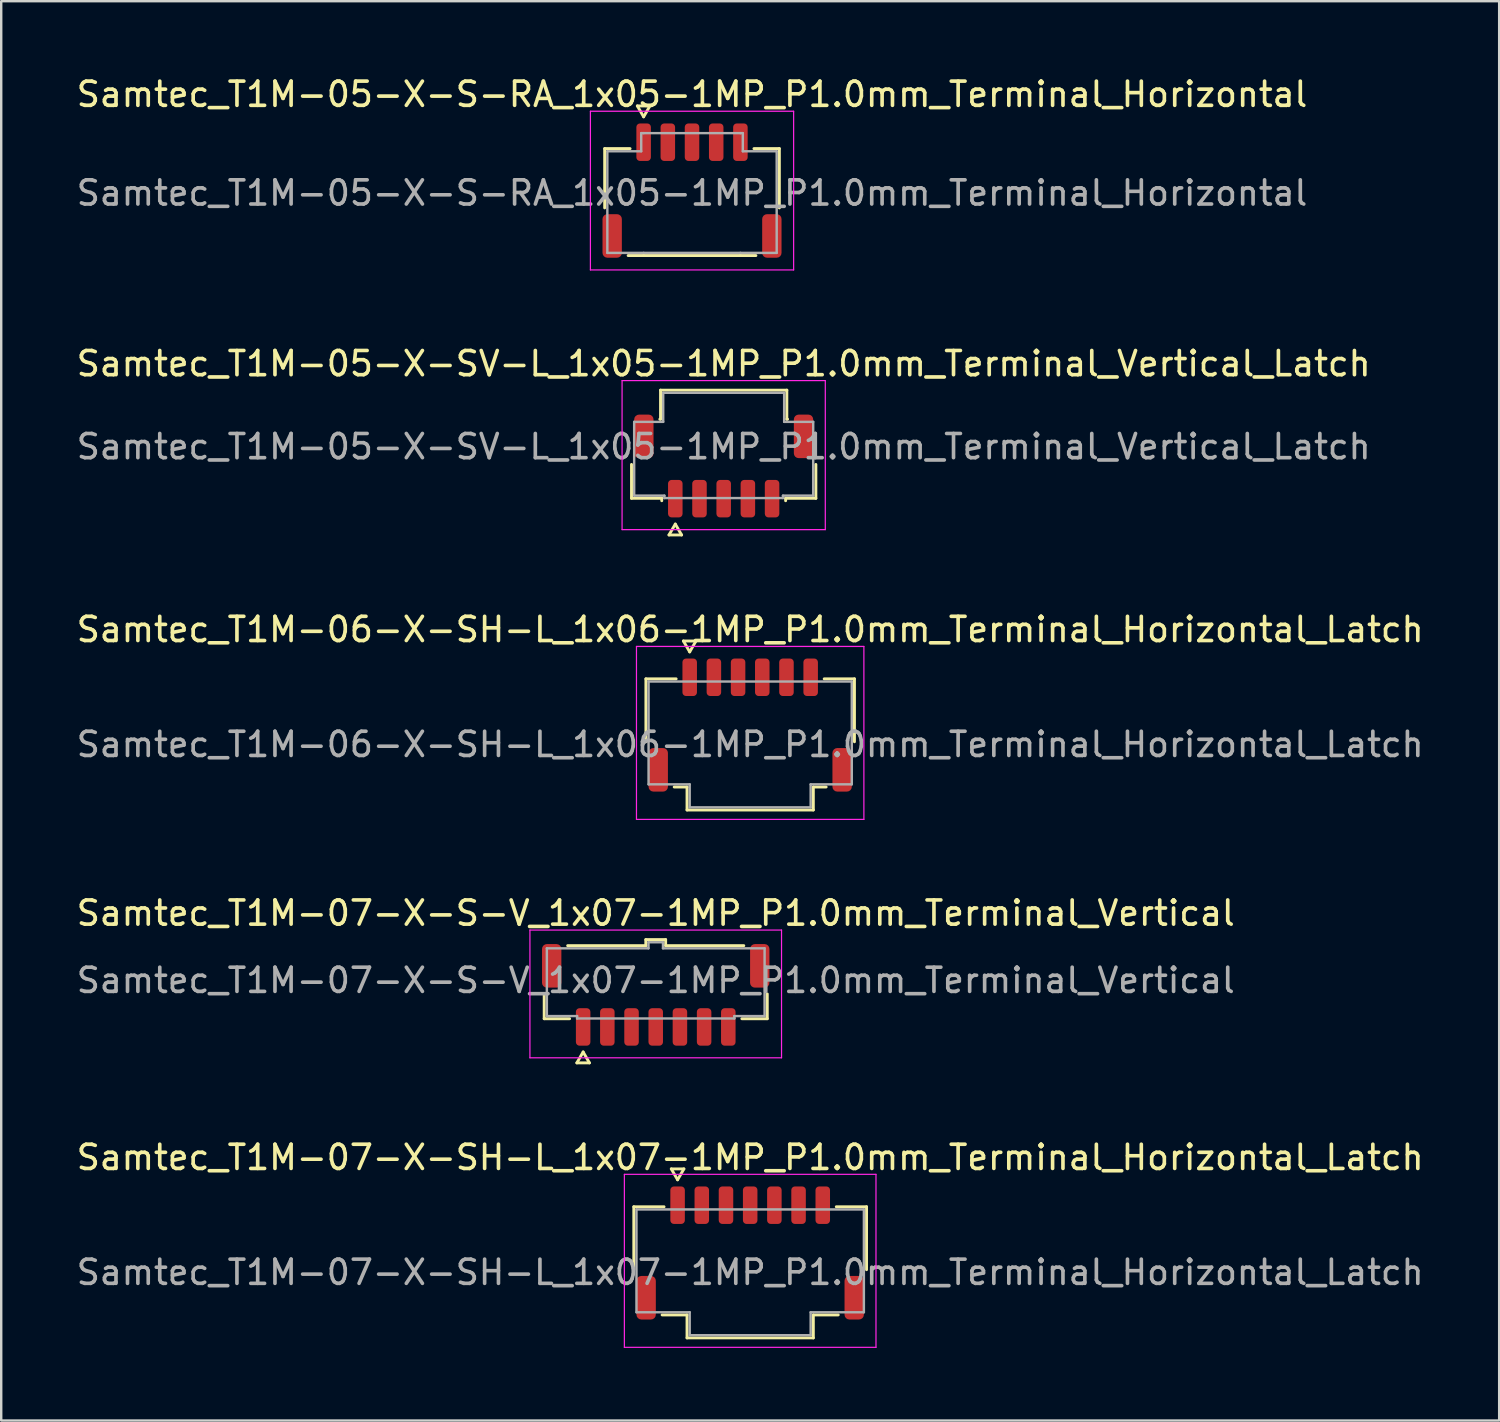
<source format=kicad_pcb>
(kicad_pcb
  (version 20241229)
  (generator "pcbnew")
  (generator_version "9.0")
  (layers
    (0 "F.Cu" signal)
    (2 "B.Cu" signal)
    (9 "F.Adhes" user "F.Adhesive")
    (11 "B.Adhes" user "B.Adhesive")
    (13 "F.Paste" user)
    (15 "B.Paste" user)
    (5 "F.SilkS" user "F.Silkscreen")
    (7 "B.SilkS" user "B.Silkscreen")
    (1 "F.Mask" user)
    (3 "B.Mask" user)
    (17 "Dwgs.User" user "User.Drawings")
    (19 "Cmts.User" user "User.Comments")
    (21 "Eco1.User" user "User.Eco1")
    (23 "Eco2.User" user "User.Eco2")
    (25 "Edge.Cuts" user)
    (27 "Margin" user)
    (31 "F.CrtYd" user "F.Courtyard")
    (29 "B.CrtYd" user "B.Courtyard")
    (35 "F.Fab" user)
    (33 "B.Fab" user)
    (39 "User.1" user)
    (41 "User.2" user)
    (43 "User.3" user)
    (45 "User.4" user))
  (footprint "Samtec_T1M-06-X-SH-L_1x06-1MP_P1.0mm_Terminal_Horizontal_Latch"
    (layer "F.Cu")
    (at 27.958 27.72)
    (property "Reference" "Samtec_T1M-06-X-SH-L_1x06-1MP_P1.0mm_Terminal_Horizontal_Latch" (at 0 -4.75 0) (layer "F.SilkS") (effects (font (size 1 1) (thickness 0.15))))
    (attr smd)
    (fp_line (start -4.31 -2.71) (end -3.06 -2.71) (stroke (width 0.12) (type solid)) (layer "F.SilkS"))
    (fp_line (start -4.31 -0.11) (end -4.31 -2.71) (stroke (width 0.12) (type solid)) (layer "F.SilkS"))
    (fp_line (start -2.76 -4.275) (end -2.5 -3.825) (stroke (width 0.12) (type solid)) (layer "F.SilkS"))
    (fp_line (start -2.61 1.76) (end -3.14 1.76) (stroke (width 0.12) (type solid)) (layer "F.SilkS"))
    (fp_line (start -2.61 2.71) (end -2.61 1.76) (stroke (width 0.12) (type solid)) (layer "F.SilkS"))
    (fp_line (start -2.5 -3.825) (end -2.24 -4.275) (stroke (width 0.12) (type solid)) (layer "F.SilkS"))
    (fp_line (start -2.24 -4.275) (end -2.76 -4.275) (stroke (width 0.12) (type solid)) (layer "F.SilkS"))
    (fp_line (start 2.61 1.76) (end 2.61 2.71) (stroke (width 0.12) (type solid)) (layer "F.SilkS"))
    (fp_line (start 2.61 2.71) (end -2.61 2.71) (stroke (width 0.12) (type solid)) (layer "F.SilkS"))
    (fp_line (start 3.06 -2.71) (end 4.31 -2.71) (stroke (width 0.12) (type solid)) (layer "F.SilkS"))
    (fp_line (start 3.14 1.76) (end 2.61 1.76) (stroke (width 0.12) (type solid)) (layer "F.SilkS"))
    (fp_line (start 4.31 -2.71) (end 4.31 -0.11) (stroke (width 0.12) (type solid)) (layer "F.SilkS"))
    (fp_line (start -4.7 -4.05) (end -4.7 3.1) (stroke (width 0.05) (type solid)) (layer "F.CrtYd"))
    (fp_line (start -4.7 3.1) (end 4.7 3.1) (stroke (width 0.05) (type solid)) (layer "F.CrtYd"))
    (fp_line (start 4.7 -4.05) (end -4.7 -4.05) (stroke (width 0.05) (type solid)) (layer "F.CrtYd"))
    (fp_line (start 4.7 3.1) (end 4.7 -4.05) (stroke (width 0.05) (type solid)) (layer "F.CrtYd"))
    (fp_line (start -4.2 -2.6) (end 4.2 -2.6) (stroke (width 0.1) (type solid)) (layer "F.Fab"))
    (fp_line (start -4.2 1.65) (end -4.2 -2.6) (stroke (width 0.1) (type solid)) (layer "F.Fab"))
    (fp_line (start -2.5 1.65) (end -4.2 1.65) (stroke (width 0.1) (type solid)) (layer "F.Fab"))
    (fp_line (start -2.5 2.6) (end -2.5 1.65) (stroke (width 0.1) (type solid)) (layer "F.Fab"))
    (fp_line (start 2.5 1.65) (end 2.5 2.6) (stroke (width 0.1) (type solid)) (layer "F.Fab"))
    (fp_line (start 2.5 2.6) (end -2.5 2.6) (stroke (width 0.1) (type solid)) (layer "F.Fab"))
    (fp_line (start 4.2 -2.6) (end 4.2 1.65) (stroke (width 0.1) (type solid)) (layer "F.Fab"))
    (fp_line (start 4.2 1.65) (end 2.5 1.65) (stroke (width 0.1) (type solid)) (layer "F.Fab"))
    (fp_text user "${REFERENCE}" (at 0 0 0) (layer "F.Fab") (effects (font (size 1 1) (thickness 0.15))))
    (pad "1" smd roundrect (at -2.5 -2.775) (size 0.6 1.55) (layers "F.Cu" "F.Mask" "F.Paste") (roundrect_rratio 0.25))
    (pad "2" smd roundrect (at -1.5 -2.775) (size 0.6 1.55) (layers "F.Cu" "F.Mask" "F.Paste") (roundrect_rratio 0.25))
    (pad "3" smd roundrect (at -0.5 -2.775) (size 0.6 1.55) (layers "F.Cu" "F.Mask" "F.Paste") (roundrect_rratio 0.25))
    (pad "4" smd roundrect (at 0.5 -2.775) (size 0.6 1.55) (layers "F.Cu" "F.Mask" "F.Paste") (roundrect_rratio 0.25))
    (pad "5" smd roundrect (at 1.5 -2.775) (size 0.6 1.55) (layers "F.Cu" "F.Mask" "F.Paste") (roundrect_rratio 0.25))
    (pad "6" smd roundrect (at 2.5 -2.775) (size 0.6 1.55) (layers "F.Cu" "F.Mask" "F.Paste") (roundrect_rratio 0.25))
    (pad "MP" smd roundrect (at -3.8 1.05) (size 0.8 1.8) (layers "F.Cu" "F.Mask" "F.Paste") (roundrect_rratio 0.25))
    (pad "MP" smd roundrect (at 3.8 1.05) (size 0.8 1.8) (layers "F.Cu" "F.Mask" "F.Paste") (roundrect_rratio 0.25)))
  (footprint "Samtec_T1M-07-X-S-V_1x07-1MP_P1.0mm_Terminal_Vertical"
    (layer "F.Cu")
    (at 24.054 37.473)
    (property "Reference" "Samtec_T1M-07-X-S-V_1x07-1MP_P1.0mm_Terminal_Vertical" (at 0 -2.78 0) (layer "F.SilkS") (effects (font (size 1 1) (thickness 0.15))))
    (attr smd)
    (fp_line (start -4.61 1.585) (end -4.61 0.56) (stroke (width 0.12) (type solid)) (layer "F.SilkS"))
    (fp_line (start -3.64 -1.435) (end -0.41 -1.435) (stroke (width 0.12) (type solid)) (layer "F.SilkS"))
    (fp_line (start -3.56 1.585) (end -4.61 1.585) (stroke (width 0.12) (type solid)) (layer "F.SilkS"))
    (fp_line (start -3.26 3.41) (end -3 2.96) (stroke (width 0.12) (type solid)) (layer "F.SilkS"))
    (fp_line (start -3 2.96) (end -2.74 3.41) (stroke (width 0.12) (type solid)) (layer "F.SilkS"))
    (fp_line (start -2.74 3.41) (end -3.26 3.41) (stroke (width 0.12) (type solid)) (layer "F.SilkS"))
    (fp_line (start -0.41 -1.685) (end 0.41 -1.685) (stroke (width 0.12) (type solid)) (layer "F.SilkS"))
    (fp_line (start -0.41 -1.435) (end -0.41 -1.685) (stroke (width 0.12) (type solid)) (layer "F.SilkS"))
    (fp_line (start 0.41 -1.685) (end 0.41 -1.435) (stroke (width 0.12) (type solid)) (layer "F.SilkS"))
    (fp_line (start 0.41 -1.435) (end 3.64 -1.435) (stroke (width 0.12) (type solid)) (layer "F.SilkS"))
    (fp_line (start 4.61 0.56) (end 4.61 1.585) (stroke (width 0.12) (type solid)) (layer "F.SilkS"))
    (fp_line (start 4.61 1.585) (end 3.56 1.585) (stroke (width 0.12) (type solid)) (layer "F.SilkS"))
    (fp_line (start -5.2 -2.08) (end -5.2 3.2) (stroke (width 0.05) (type solid)) (layer "F.CrtYd"))
    (fp_line (start -5.2 3.2) (end 5.2 3.2) (stroke (width 0.05) (type solid)) (layer "F.CrtYd"))
    (fp_line (start 5.2 -2.08) (end -5.2 -2.08) (stroke (width 0.05) (type solid)) (layer "F.CrtYd"))
    (fp_line (start 5.2 3.2) (end 5.2 -2.08) (stroke (width 0.05) (type solid)) (layer "F.CrtYd"))
    (fp_line (start -4.5 -1.325) (end -0.3 -1.325) (stroke (width 0.1) (type solid)) (layer "F.Fab"))
    (fp_line (start -4.5 1.475) (end -4.5 -1.325) (stroke (width 0.1) (type solid)) (layer "F.Fab"))
    (fp_line (start -3.25 1.475) (end -4.5 1.475) (stroke (width 0.1) (type solid)) (layer "F.Fab"))
    (fp_line (start -3.25 1.575) (end -3.25 1.475) (stroke (width 0.1) (type solid)) (layer "F.Fab"))
    (fp_line (start -0.3 -1.575) (end 0.3 -1.575) (stroke (width 0.1) (type solid)) (layer "F.Fab"))
    (fp_line (start -0.3 -1.325) (end -0.3 -1.575) (stroke (width 0.1) (type solid)) (layer "F.Fab"))
    (fp_line (start 0.3 -1.575) (end 0.3 -1.325) (stroke (width 0.1) (type solid)) (layer "F.Fab"))
    (fp_line (start 0.3 -1.325) (end 4.5 -1.325) (stroke (width 0.1) (type solid)) (layer "F.Fab"))
    (fp_line (start 3.25 1.475) (end 3.25 1.575) (stroke (width 0.1) (type solid)) (layer "F.Fab"))
    (fp_line (start 3.25 1.575) (end -3.25 1.575) (stroke (width 0.1) (type solid)) (layer "F.Fab"))
    (fp_line (start 4.5 -1.325) (end 4.5 1.475) (stroke (width 0.1) (type solid)) (layer "F.Fab"))
    (fp_line (start 4.5 1.475) (end 3.25 1.475) (stroke (width 0.1) (type solid)) (layer "F.Fab"))
    (fp_text user "${REFERENCE}" (at 0 0 0) (layer "F.Fab") (effects (font (size 1 1) (thickness 0.15))))
    (pad "1" smd roundrect (at -3 1.925) (size 0.6 1.55) (layers "F.Cu" "F.Mask" "F.Paste") (roundrect_rratio 0.25))
    (pad "2" smd roundrect (at -2 1.925) (size 0.6 1.55) (layers "F.Cu" "F.Mask" "F.Paste") (roundrect_rratio 0.25))
    (pad "3" smd roundrect (at -1 1.925) (size 0.6 1.55) (layers "F.Cu" "F.Mask" "F.Paste") (roundrect_rratio 0.25))
    (pad "4" smd roundrect (at 0 1.925) (size 0.6 1.55) (layers "F.Cu" "F.Mask" "F.Paste") (roundrect_rratio 0.25))
    (pad "5" smd roundrect (at 1 1.925) (size 0.6 1.55) (layers "F.Cu" "F.Mask" "F.Paste") (roundrect_rratio 0.25))
    (pad "6" smd roundrect (at 2 1.925) (size 0.6 1.55) (layers "F.Cu" "F.Mask" "F.Paste") (roundrect_rratio 0.25))
    (pad "7" smd roundrect (at 3 1.925) (size 0.6 1.55) (layers "F.Cu" "F.Mask" "F.Paste") (roundrect_rratio 0.25))
    (pad "MP" smd roundrect (at -4.3 -0.6) (size 0.8 1.8) (layers "F.Cu" "F.Mask" "F.Paste") (roundrect_rratio 0.25))
    (pad "MP" smd roundrect (at 4.3 -0.6) (size 0.8 1.8) (layers "F.Cu" "F.Mask" "F.Paste") (roundrect_rratio 0.25)))
  (footprint "Samtec_T1M-05-X-S-RA_1x05-1MP_P1.0mm_Terminal_Horizontal"
    (layer "F.Cu")
    (at 25.554 4.928)
    (property "Reference" "Samtec_T1M-05-X-S-RA_1x05-1MP_P1.0mm_Terminal_Horizontal" (at 0 -4.08 0) (layer "F.SilkS") (effects (font (size 1 1) (thickness 0.15))))
    (attr smd)
    (fp_line (start -3.61 -1.835) (end -2.56 -1.835) (stroke (width 0.12) (type solid)) (layer "F.SilkS"))
    (fp_line (start -3.61 0.615) (end -3.61 -1.835) (stroke (width 0.12) (type solid)) (layer "F.SilkS"))
    (fp_line (start -2.26 -3.6) (end -2 -3.15) (stroke (width 0.12) (type solid)) (layer "F.SilkS"))
    (fp_line (start -2 -3.15) (end -1.74 -3.6) (stroke (width 0.12) (type solid)) (layer "F.SilkS"))
    (fp_line (start -2 2.585) (end -2.64 2.585) (stroke (width 0.12) (type solid)) (layer "F.SilkS"))
    (fp_line (start -1.74 -3.6) (end -2.26 -3.6) (stroke (width 0.12) (type solid)) (layer "F.SilkS"))
    (fp_line (start 2 2.585) (end -2 2.585) (stroke (width 0.12) (type solid)) (layer "F.SilkS"))
    (fp_line (start 2.56 -1.835) (end 3.61 -1.835) (stroke (width 0.12) (type solid)) (layer "F.SilkS"))
    (fp_line (start 2.64 2.585) (end 2 2.585) (stroke (width 0.12) (type solid)) (layer "F.SilkS"))
    (fp_line (start 3.61 -1.835) (end 3.61 0.615) (stroke (width 0.12) (type solid)) (layer "F.SilkS"))
    (fp_line (start -4.2 -3.38) (end -4.2 3.18) (stroke (width 0.05) (type solid)) (layer "F.CrtYd"))
    (fp_line (start -4.2 3.18) (end 4.2 3.18) (stroke (width 0.05) (type solid)) (layer "F.CrtYd"))
    (fp_line (start 4.2 -3.38) (end -4.2 -3.38) (stroke (width 0.05) (type solid)) (layer "F.CrtYd"))
    (fp_line (start 4.2 3.18) (end 4.2 -3.38) (stroke (width 0.05) (type solid)) (layer "F.CrtYd"))
    (fp_line (start -3.5 -1.725) (end -2.1 -1.725) (stroke (width 0.1) (type solid)) (layer "F.Fab"))
    (fp_line (start -3.5 2.475) (end -3.5 -1.725) (stroke (width 0.1) (type solid)) (layer "F.Fab"))
    (fp_line (start -2.1 -2.475) (end -2 -2.475) (stroke (width 0.1) (type solid)) (layer "F.Fab"))
    (fp_line (start -2.1 -1.725) (end -2.1 -2.475) (stroke (width 0.1) (type solid)) (layer "F.Fab"))
    (fp_line (start -2 -2.475) (end 2 -2.475) (stroke (width 0.1) (type solid)) (layer "F.Fab"))
    (fp_line (start -2 2.475) (end -3.5 2.475) (stroke (width 0.1) (type solid)) (layer "F.Fab"))
    (fp_line (start 2 -2.475) (end 2.1 -2.475) (stroke (width 0.1) (type solid)) (layer "F.Fab"))
    (fp_line (start 2 2.475) (end -2 2.475) (stroke (width 0.1) (type solid)) (layer "F.Fab"))
    (fp_line (start 2.1 -2.475) (end 2.1 -1.725) (stroke (width 0.1) (type solid)) (layer "F.Fab"))
    (fp_line (start 2.1 -1.725) (end 3.5 -1.725) (stroke (width 0.1) (type solid)) (layer "F.Fab"))
    (fp_line (start 3.5 -1.725) (end 3.5 2.475) (stroke (width 0.1) (type solid)) (layer "F.Fab"))
    (fp_line (start 3.5 2.475) (end 2 2.475) (stroke (width 0.1) (type solid)) (layer "F.Fab"))
    (fp_text user "${REFERENCE}" (at 0 0 0) (layer "F.Fab") (effects (font (size 1 1) (thickness 0.15))))
    (pad "1" smd roundrect (at -2 -2.1) (size 0.6 1.55) (layers "F.Cu" "F.Mask" "F.Paste") (roundrect_rratio 0.25))
    (pad "2" smd roundrect (at -1 -2.1) (size 0.6 1.55) (layers "F.Cu" "F.Mask" "F.Paste") (roundrect_rratio 0.25))
    (pad "3" smd roundrect (at 0 -2.1) (size 0.6 1.55) (layers "F.Cu" "F.Mask" "F.Paste") (roundrect_rratio 0.25))
    (pad "4" smd roundrect (at 1 -2.1) (size 0.6 1.55) (layers "F.Cu" "F.Mask" "F.Paste") (roundrect_rratio 0.25))
    (pad "5" smd roundrect (at 2 -2.1) (size 0.6 1.55) (layers "F.Cu" "F.Mask" "F.Paste") (roundrect_rratio 0.25))
    (pad "MP" smd roundrect (at -3.3 1.775) (size 0.8 1.8) (layers "F.Cu" "F.Mask" "F.Paste") (roundrect_rratio 0.25))
    (pad "MP" smd roundrect (at 3.3 1.775) (size 0.8 1.8) (layers "F.Cu" "F.Mask" "F.Paste") (roundrect_rratio 0.25)))
  (footprint "Samtec_T1M-07-X-SH-L_1x07-1MP_P1.0mm_Terminal_Horizontal_Latch"
    (layer "F.Cu")
    (at 27.958 49.541)
    (property "Reference" "Samtec_T1M-07-X-SH-L_1x07-1MP_P1.0mm_Terminal_Horizontal_Latch" (at 0 -4.75 0) (layer "F.SilkS") (effects (font (size 1 1) (thickness 0.15))))
    (attr smd)
    (fp_line (start -4.81 -2.71) (end -3.56 -2.71) (stroke (width 0.12) (type solid)) (layer "F.SilkS"))
    (fp_line (start -4.81 -0.11) (end -4.81 -2.71) (stroke (width 0.12) (type solid)) (layer "F.SilkS"))
    (fp_line (start -3.26 -4.275) (end -3 -3.825) (stroke (width 0.12) (type solid)) (layer "F.SilkS"))
    (fp_line (start -3 -3.825) (end -2.74 -4.275) (stroke (width 0.12) (type solid)) (layer "F.SilkS"))
    (fp_line (start -2.74 -4.275) (end -3.26 -4.275) (stroke (width 0.12) (type solid)) (layer "F.SilkS"))
    (fp_line (start -2.61 1.76) (end -3.64 1.76) (stroke (width 0.12) (type solid)) (layer "F.SilkS"))
    (fp_line (start -2.61 2.71) (end -2.61 1.76) (stroke (width 0.12) (type solid)) (layer "F.SilkS"))
    (fp_line (start 2.61 1.76) (end 2.61 2.71) (stroke (width 0.12) (type solid)) (layer "F.SilkS"))
    (fp_line (start 2.61 2.71) (end -2.61 2.71) (stroke (width 0.12) (type solid)) (layer "F.SilkS"))
    (fp_line (start 3.56 -2.71) (end 4.81 -2.71) (stroke (width 0.12) (type solid)) (layer "F.SilkS"))
    (fp_line (start 3.64 1.76) (end 2.61 1.76) (stroke (width 0.12) (type solid)) (layer "F.SilkS"))
    (fp_line (start 4.81 -2.71) (end 4.81 -0.11) (stroke (width 0.12) (type solid)) (layer "F.SilkS"))
    (fp_line (start -5.2 -4.05) (end -5.2 3.1) (stroke (width 0.05) (type solid)) (layer "F.CrtYd"))
    (fp_line (start -5.2 3.1) (end 5.2 3.1) (stroke (width 0.05) (type solid)) (layer "F.CrtYd"))
    (fp_line (start 5.2 -4.05) (end -5.2 -4.05) (stroke (width 0.05) (type solid)) (layer "F.CrtYd"))
    (fp_line (start 5.2 3.1) (end 5.2 -4.05) (stroke (width 0.05) (type solid)) (layer "F.CrtYd"))
    (fp_line (start -4.7 -2.6) (end 4.7 -2.6) (stroke (width 0.1) (type solid)) (layer "F.Fab"))
    (fp_line (start -4.7 1.65) (end -4.7 -2.6) (stroke (width 0.1) (type solid)) (layer "F.Fab"))
    (fp_line (start -2.5 1.65) (end -4.7 1.65) (stroke (width 0.1) (type solid)) (layer "F.Fab"))
    (fp_line (start -2.5 2.6) (end -2.5 1.65) (stroke (width 0.1) (type solid)) (layer "F.Fab"))
    (fp_line (start 2.5 1.65) (end 2.5 2.6) (stroke (width 0.1) (type solid)) (layer "F.Fab"))
    (fp_line (start 2.5 2.6) (end -2.5 2.6) (stroke (width 0.1) (type solid)) (layer "F.Fab"))
    (fp_line (start 4.7 -2.6) (end 4.7 1.65) (stroke (width 0.1) (type solid)) (layer "F.Fab"))
    (fp_line (start 4.7 1.65) (end 2.5 1.65) (stroke (width 0.1) (type solid)) (layer "F.Fab"))
    (fp_text user "${REFERENCE}" (at 0 0 0) (layer "F.Fab") (effects (font (size 1 1) (thickness 0.15))))
    (pad "1" smd roundrect (at -3 -2.775) (size 0.6 1.55) (layers "F.Cu" "F.Mask" "F.Paste") (roundrect_rratio 0.25))
    (pad "2" smd roundrect (at -2 -2.775) (size 0.6 1.55) (layers "F.Cu" "F.Mask" "F.Paste") (roundrect_rratio 0.25))
    (pad "3" smd roundrect (at -1 -2.775) (size 0.6 1.55) (layers "F.Cu" "F.Mask" "F.Paste") (roundrect_rratio 0.25))
    (pad "4" smd roundrect (at 0 -2.775) (size 0.6 1.55) (layers "F.Cu" "F.Mask" "F.Paste") (roundrect_rratio 0.25))
    (pad "5" smd roundrect (at 1 -2.775) (size 0.6 1.55) (layers "F.Cu" "F.Mask" "F.Paste") (roundrect_rratio 0.25))
    (pad "6" smd roundrect (at 2 -2.775) (size 0.6 1.55) (layers "F.Cu" "F.Mask" "F.Paste") (roundrect_rratio 0.25))
    (pad "7" smd roundrect (at 3 -2.775) (size 0.6 1.55) (layers "F.Cu" "F.Mask" "F.Paste") (roundrect_rratio 0.25))
    (pad "MP" smd roundrect (at -4.3 1.05) (size 0.8 1.8) (layers "F.Cu" "F.Mask" "F.Paste") (roundrect_rratio 0.25))
    (pad "MP" smd roundrect (at 4.3 1.05) (size 0.8 1.8) (layers "F.Cu" "F.Mask" "F.Paste") (roundrect_rratio 0.25)))
  (footprint "Samtec_T1M-05-X-SV-L_1x05-1MP_P1.0mm_Terminal_Vertical_Latch"
    (layer "F.Cu")
    (at 26.863 15.412)
    (property "Reference" "Samtec_T1M-05-X-SV-L_1x05-1MP_P1.0mm_Terminal_Vertical_Latch" (at 0 -3.43 0) (layer "F.SilkS") (effects (font (size 1 1) (thickness 0.15))))
    (attr smd)
    (fp_line (start -3.81 2.135) (end -3.81 0.735) (stroke (width 0.12) (type solid)) (layer "F.SilkS"))
    (fp_line (start -2.64 -1.135) (end -2.61 -1.135) (stroke (width 0.12) (type solid)) (layer "F.SilkS"))
    (fp_line (start -2.61 -2.335) (end 2.61 -2.335) (stroke (width 0.12) (type solid)) (layer "F.SilkS"))
    (fp_line (start -2.61 -1.135) (end -2.61 -2.335) (stroke (width 0.12) (type solid)) (layer "F.SilkS"))
    (fp_line (start -2.56 2.135) (end -3.81 2.135) (stroke (width 0.12) (type solid)) (layer "F.SilkS"))
    (fp_line (start -2.56 2.235) (end -2.56 2.135) (stroke (width 0.12) (type solid)) (layer "F.SilkS"))
    (fp_line (start -2.26 3.65) (end -2 3.2) (stroke (width 0.12) (type solid)) (layer "F.SilkS"))
    (fp_line (start -2 3.2) (end -1.74 3.65) (stroke (width 0.12) (type solid)) (layer "F.SilkS"))
    (fp_line (start -1.74 3.65) (end -2.26 3.65) (stroke (width 0.12) (type solid)) (layer "F.SilkS"))
    (fp_line (start 2.56 2.135) (end 2.56 2.235) (stroke (width 0.12) (type solid)) (layer "F.SilkS"))
    (fp_line (start 2.61 -2.335) (end 2.61 -1.135) (stroke (width 0.12) (type solid)) (layer "F.SilkS"))
    (fp_line (start 2.61 -1.135) (end 2.64 -1.135) (stroke (width 0.12) (type solid)) (layer "F.SilkS"))
    (fp_line (start 3.81 0.735) (end 3.81 2.135) (stroke (width 0.12) (type solid)) (layer "F.SilkS"))
    (fp_line (start 3.81 2.135) (end 2.56 2.135) (stroke (width 0.12) (type solid)) (layer "F.SilkS"))
    (fp_line (start -4.2 -2.73) (end -4.2 3.43) (stroke (width 0.05) (type solid)) (layer "F.CrtYd"))
    (fp_line (start -4.2 3.43) (end 4.2 3.43) (stroke (width 0.05) (type solid)) (layer "F.CrtYd"))
    (fp_line (start 4.2 -2.73) (end -4.2 -2.73) (stroke (width 0.05) (type solid)) (layer "F.CrtYd"))
    (fp_line (start 4.2 3.43) (end 4.2 -2.73) (stroke (width 0.05) (type solid)) (layer "F.CrtYd"))
    (fp_line (start -3.7 -1.025) (end -2.5 -1.025) (stroke (width 0.1) (type solid)) (layer "F.Fab"))
    (fp_line (start -3.7 2.025) (end -3.7 -1.025) (stroke (width 0.1) (type solid)) (layer "F.Fab"))
    (fp_line (start -2.5 -2.225) (end 2.5 -2.225) (stroke (width 0.1) (type solid)) (layer "F.Fab"))
    (fp_line (start -2.5 -1.025) (end -2.5 -2.225) (stroke (width 0.1) (type solid)) (layer "F.Fab"))
    (fp_line (start -2.45 2.025) (end -3.7 2.025) (stroke (width 0.1) (type solid)) (layer "F.Fab"))
    (fp_line (start -2.45 2.125) (end -2.45 2.025) (stroke (width 0.1) (type solid)) (layer "F.Fab"))
    (fp_line (start 2.45 2.025) (end 2.45 2.125) (stroke (width 0.1) (type solid)) (layer "F.Fab"))
    (fp_line (start 2.45 2.125) (end -2.45 2.125) (stroke (width 0.1) (type solid)) (layer "F.Fab"))
    (fp_line (start 2.5 -2.225) (end 2.5 -1.025) (stroke (width 0.1) (type solid)) (layer "F.Fab"))
    (fp_line (start 2.5 -1.025) (end 3.7 -1.025) (stroke (width 0.1) (type solid)) (layer "F.Fab"))
    (fp_line (start 3.7 -1.025) (end 3.7 2.025) (stroke (width 0.1) (type solid)) (layer "F.Fab"))
    (fp_line (start 3.7 2.025) (end 2.45 2.025) (stroke (width 0.1) (type solid)) (layer "F.Fab"))
    (fp_text user "${REFERENCE}" (at 0 0 0) (layer "F.Fab") (effects (font (size 1 1) (thickness 0.15))))
    (pad "1" smd roundrect (at -2 2.15) (size 0.6 1.55) (layers "F.Cu" "F.Mask" "F.Paste") (roundrect_rratio 0.25))
    (pad "2" smd roundrect (at -1 2.15) (size 0.6 1.55) (layers "F.Cu" "F.Mask" "F.Paste") (roundrect_rratio 0.25))
    (pad "3" smd roundrect (at 0 2.15) (size 0.6 1.55) (layers "F.Cu" "F.Mask" "F.Paste") (roundrect_rratio 0.25))
    (pad "4" smd roundrect (at 1 2.15) (size 0.6 1.55) (layers "F.Cu" "F.Mask" "F.Paste") (roundrect_rratio 0.25))
    (pad "5" smd roundrect (at 2 2.15) (size 0.6 1.55) (layers "F.Cu" "F.Mask" "F.Paste") (roundrect_rratio 0.25))
    (pad "MP" smd roundrect (at -3.3 -0.425) (size 0.8 1.8) (layers "F.Cu" "F.Mask" "F.Paste") (roundrect_rratio 0.25))
    (pad "MP" smd roundrect (at 3.3 -0.425) (size 0.8 1.8) (layers "F.Cu" "F.Mask" "F.Paste") (roundrect_rratio 0.25)))
  (gr_rect
    (start -3 -3)
    (end 58.917 55.666)
    (stroke (width 0.1) (type default))
    (fill no)
    (layer "Edge.Cuts")))
</source>
